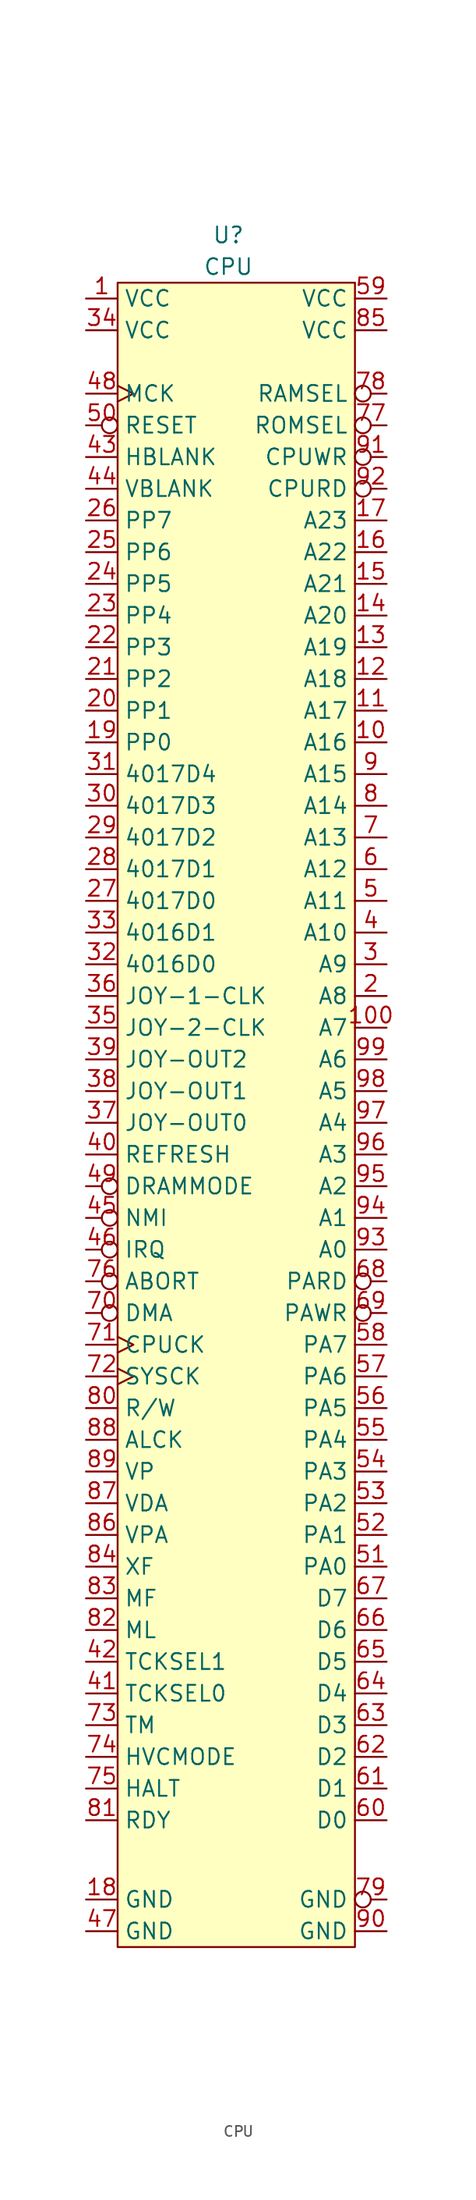
<source format=kicad_sym>
(kicad_symbol_lib
  (version 20211014)
  (generator kicad_symbol_editor)
  (symbol "CPU"
    (property "Reference" "U"
      (at 0 5.08 0)
      (effects (font (size 1.27 1.27))))
    (property "Value" "CPU"
      (at 0 2.54 0)
      (effects (font (size 1.27 1.27))))
    (symbol "CPU_0_0"
      (pin power_in line (at -11.43 0 0) (length 2.54) (name "VCC" (effects (font (size 1.27 1.27)))) (number "1" (effects (font (size 1.27 1.27)))))
      (pin output line (at 12.7 -35.56 180) (length 2.54) (name "A16" (effects (font (size 1.27 1.27)))) (number "10" (effects (font (size 1.27 1.27)))))
      (pin output line (at 12.7 -58.42 180) (length 2.54) (name "A7" (effects (font (size 1.27 1.27)))) (number "100" (effects (font (size 1.27 1.27)))))
      (pin output line (at 12.7 -33.02 180) (length 2.54) (name "A17" (effects (font (size 1.27 1.27)))) (number "11" (effects (font (size 1.27 1.27)))))
      (pin output line (at 12.7 -30.48 180) (length 2.54) (name "A18" (effects (font (size 1.27 1.27)))) (number "12" (effects (font (size 1.27 1.27)))))
      (pin output line (at 12.7 -27.94 180) (length 2.54) (name "A19" (effects (font (size 1.27 1.27)))) (number "13" (effects (font (size 1.27 1.27)))))
      (pin output line (at 12.7 -25.4 180) (length 2.54) (name "A20" (effects (font (size 1.27 1.27)))) (number "14" (effects (font (size 1.27 1.27)))))
      (pin output line (at 12.7 -22.86 180) (length 2.54) (name "A21" (effects (font (size 1.27 1.27)))) (number "15" (effects (font (size 1.27 1.27)))))
      (pin output line (at 12.7 -20.32 180) (length 2.54) (name "A22" (effects (font (size 1.27 1.27)))) (number "16" (effects (font (size 1.27 1.27)))))
      (pin output line (at 12.7 -17.78 180) (length 2.54) (name "A23" (effects (font (size 1.27 1.27)))) (number "17" (effects (font (size 1.27 1.27)))))
      (pin unspecified line (at -11.43 -128.27 0) (length 2.54) (name "GND" (effects (font (size 1.27 1.27)))) (number "18" (effects (font (size 1.27 1.27)))))
      (pin unspecified line (at -11.43 -35.56 0) (length 2.54) (name "PP0" (effects (font (size 1.27 1.27)))) (number "19" (effects (font (size 1.27 1.27)))))
      (pin output line (at 12.7 -55.88 180) (length 2.54) (name "A8" (effects (font (size 1.27 1.27)))) (number "2" (effects (font (size 1.27 1.27)))))
      (pin unspecified line (at -11.43 -33.02 0) (length 2.54) (name "PP1" (effects (font (size 1.27 1.27)))) (number "20" (effects (font (size 1.27 1.27)))))
      (pin unspecified line (at -11.43 -30.48 0) (length 2.54) (name "PP2" (effects (font (size 1.27 1.27)))) (number "21" (effects (font (size 1.27 1.27)))))
      (pin unspecified line (at -11.43 -27.94 0) (length 2.54) (name "PP3" (effects (font (size 1.27 1.27)))) (number "22" (effects (font (size 1.27 1.27)))))
      (pin unspecified line (at -11.43 -25.4 0) (length 2.54) (name "PP4" (effects (font (size 1.27 1.27)))) (number "23" (effects (font (size 1.27 1.27)))))
      (pin unspecified line (at -11.43 -22.86 0) (length 2.54) (name "PP5" (effects (font (size 1.27 1.27)))) (number "24" (effects (font (size 1.27 1.27)))))
      (pin unspecified line (at -11.43 -20.32 0) (length 2.54) (name "PP6" (effects (font (size 1.27 1.27)))) (number "25" (effects (font (size 1.27 1.27)))))
      (pin unspecified line (at -11.43 -17.78 0) (length 2.54) (name "PP7" (effects (font (size 1.27 1.27)))) (number "26" (effects (font (size 1.27 1.27)))))
      (pin unspecified line (at -11.43 -48.26 0) (length 2.54) (name "4017D0" (effects (font (size 1.27 1.27)))) (number "27" (effects (font (size 1.27 1.27)))))
      (pin unspecified line (at -11.43 -45.72 0) (length 2.54) (name "4017D1" (effects (font (size 1.27 1.27)))) (number "28" (effects (font (size 1.27 1.27)))))
      (pin unspecified line (at -11.43 -43.18 0) (length 2.54) (name "4017D2" (effects (font (size 1.27 1.27)))) (number "29" (effects (font (size 1.27 1.27)))))
      (pin output line (at 12.7 -53.34 180) (length 2.54) (name "A9" (effects (font (size 1.27 1.27)))) (number "3" (effects (font (size 1.27 1.27)))))
      (pin unspecified line (at -11.43 -40.64 0) (length 2.54) (name "4017D3" (effects (font (size 1.27 1.27)))) (number "30" (effects (font (size 1.27 1.27)))))
      (pin unspecified line (at -11.43 -38.1 0) (length 2.54) (name "4017D4" (effects (font (size 1.27 1.27)))) (number "31" (effects (font (size 1.27 1.27)))))
      (pin unspecified line (at -11.43 -53.34 0) (length 2.54) (name "4016D0" (effects (font (size 1.27 1.27)))) (number "32" (effects (font (size 1.27 1.27)))))
      (pin unspecified line (at -11.43 -50.8 0) (length 2.54) (name "4016D1" (effects (font (size 1.27 1.27)))) (number "33" (effects (font (size 1.27 1.27)))))
      (pin power_in line (at -11.43 -2.54 0) (length 2.54) (name "VCC" (effects (font (size 1.27 1.27)))) (number "34" (effects (font (size 1.27 1.27)))))
      (pin output line (at -11.43 -58.42 0) (length 2.54) (name "JOY-2-CLK" (effects (font (size 1.27 1.27)))) (number "35" (effects (font (size 1.27 1.27)))))
      (pin output line (at -11.43 -55.88 0) (length 2.54) (name "JOY-1-CLK" (effects (font (size 1.27 1.27)))) (number "36" (effects (font (size 1.27 1.27)))))
      (pin unspecified line (at -11.43 -66.04 0) (length 2.54) (name "JOY-OUT0" (effects (font (size 1.27 1.27)))) (number "37" (effects (font (size 1.27 1.27)))))
      (pin unspecified line (at -11.43 -63.5 0) (length 2.54) (name "JOY-OUT1" (effects (font (size 1.27 1.27)))) (number "38" (effects (font (size 1.27 1.27)))))
      (pin unspecified line (at -11.43 -60.96 0) (length 2.54) (name "JOY-OUT2" (effects (font (size 1.27 1.27)))) (number "39" (effects (font (size 1.27 1.27)))))
      (pin output line (at 12.7 -50.8 180) (length 2.54) (name "A10" (effects (font (size 1.27 1.27)))) (number "4" (effects (font (size 1.27 1.27)))))
      (pin output line (at -11.43 -68.58 0) (length 2.54) (name "REFRESH" (effects (font (size 1.27 1.27)))) (number "40" (effects (font (size 1.27 1.27)))))
      (pin unspecified line (at -11.43 -111.76 0) (length 2.54) (name "TCKSEL0" (effects (font (size 1.27 1.27)))) (number "41" (effects (font (size 1.27 1.27)))))
      (pin unspecified line (at -11.43 -109.22 0) (length 2.54) (name "TCKSEL1" (effects (font (size 1.27 1.27)))) (number "42" (effects (font (size 1.27 1.27)))))
      (pin input line (at -11.43 -12.7 0) (length 2.54) (name "HBLANK" (effects (font (size 1.27 1.27)))) (number "43" (effects (font (size 1.27 1.27)))))
      (pin input line (at -11.43 -15.24 0) (length 2.54) (name "VBLANK" (effects (font (size 1.27 1.27)))) (number "44" (effects (font (size 1.27 1.27)))))
      (pin input inverted (at -11.43 -73.66 0) (length 2.54) (name "NMI" (effects (font (size 1.27 1.27)))) (number "45" (effects (font (size 1.27 1.27)))))
      (pin input inverted (at -11.43 -76.2 0) (length 2.54) (name "IRQ" (effects (font (size 1.27 1.27)))) (number "46" (effects (font (size 1.27 1.27)))))
      (pin unspecified line (at -11.43 -130.81 0) (length 2.54) (name "GND" (effects (font (size 1.27 1.27)))) (number "47" (effects (font (size 1.27 1.27)))))
      (pin input clock (at -11.43 -7.62 0) (length 2.54) (name "MCK" (effects (font (size 1.27 1.27)))) (number "48" (effects (font (size 1.27 1.27)))))
      (pin input inverted (at -11.43 -71.12 0) (length 2.54) (name "DRAMMODE" (effects (font (size 1.27 1.27)))) (number "49" (effects (font (size 1.27 1.27)))))
      (pin output line (at 12.7 -48.26 180) (length 2.54) (name "A11" (effects (font (size 1.27 1.27)))) (number "5" (effects (font (size 1.27 1.27)))))
      (pin input inverted (at -11.43 -10.16 0) (length 2.54) (name "RESET" (effects (font (size 1.27 1.27)))) (number "50" (effects (font (size 1.27 1.27)))))
      (pin output line (at 12.7 -101.6 180) (length 2.54) (name "PA0" (effects (font (size 1.27 1.27)))) (number "51" (effects (font (size 1.27 1.27)))))
      (pin output line (at 12.7 -99.06 180) (length 2.54) (name "PA1" (effects (font (size 1.27 1.27)))) (number "52" (effects (font (size 1.27 1.27)))))
      (pin output line (at 12.7 -96.52 180) (length 2.54) (name "PA2" (effects (font (size 1.27 1.27)))) (number "53" (effects (font (size 1.27 1.27)))))
      (pin output line (at 12.7 -93.98 180) (length 2.54) (name "PA3" (effects (font (size 1.27 1.27)))) (number "54" (effects (font (size 1.27 1.27)))))
      (pin output line (at 12.7 -91.44 180) (length 2.54) (name "PA4" (effects (font (size 1.27 1.27)))) (number "55" (effects (font (size 1.27 1.27)))))
      (pin output line (at 12.7 -88.9 180) (length 2.54) (name "PA5" (effects (font (size 1.27 1.27)))) (number "56" (effects (font (size 1.27 1.27)))))
      (pin output line (at 12.7 -86.36 180) (length 2.54) (name "PA6" (effects (font (size 1.27 1.27)))) (number "57" (effects (font (size 1.27 1.27)))))
      (pin output line (at 12.7 -83.82 180) (length 2.54) (name "PA7" (effects (font (size 1.27 1.27)))) (number "58" (effects (font (size 1.27 1.27)))))
      (pin unspecified line (at 12.7 0 180) (length 2.54) (name "VCC" (effects (font (size 1.27 1.27)))) (number "59" (effects (font (size 1.27 1.27)))))
      (pin output line (at 12.7 -45.72 180) (length 2.54) (name "A12" (effects (font (size 1.27 1.27)))) (number "6" (effects (font (size 1.27 1.27)))))
      (pin bidirectional line (at 12.7 -121.92 180) (length 2.54) (name "D0" (effects (font (size 1.27 1.27)))) (number "60" (effects (font (size 1.27 1.27)))))
      (pin bidirectional line (at 12.7 -119.38 180) (length 2.54) (name "D1" (effects (font (size 1.27 1.27)))) (number "61" (effects (font (size 1.27 1.27)))))
      (pin bidirectional line (at 12.7 -116.84 180) (length 2.54) (name "D2" (effects (font (size 1.27 1.27)))) (number "62" (effects (font (size 1.27 1.27)))))
      (pin bidirectional line (at 12.7 -114.3 180) (length 2.54) (name "D3" (effects (font (size 1.27 1.27)))) (number "63" (effects (font (size 1.27 1.27)))))
      (pin bidirectional line (at 12.7 -111.76 180) (length 2.54) (name "D4" (effects (font (size 1.27 1.27)))) (number "64" (effects (font (size 1.27 1.27)))))
      (pin bidirectional line (at 12.7 -109.22 180) (length 2.54) (name "D5" (effects (font (size 1.27 1.27)))) (number "65" (effects (font (size 1.27 1.27)))))
      (pin bidirectional line (at 12.7 -106.68 180) (length 2.54) (name "D6" (effects (font (size 1.27 1.27)))) (number "66" (effects (font (size 1.27 1.27)))))
      (pin bidirectional line (at 12.7 -104.14 180) (length 2.54) (name "D7" (effects (font (size 1.27 1.27)))) (number "67" (effects (font (size 1.27 1.27)))))
      (pin unspecified inverted (at 12.7 -78.74 180) (length 2.54) (name "PARD" (effects (font (size 1.27 1.27)))) (number "68" (effects (font (size 1.27 1.27)))))
      (pin output inverted (at 12.7 -81.28 180) (length 2.54) (name "PAWR" (effects (font (size 1.27 1.27)))) (number "69" (effects (font (size 1.27 1.27)))))
      (pin output line (at 12.7 -43.18 180) (length 2.54) (name "A13" (effects (font (size 1.27 1.27)))) (number "7" (effects (font (size 1.27 1.27)))))
      (pin unspecified inverted (at -11.43 -81.28 0) (length 2.54) (name "DMA" (effects (font (size 1.27 1.27)))) (number "70" (effects (font (size 1.27 1.27)))))
      (pin output clock (at -11.43 -83.82 0) (length 2.54) (name "CPUCK" (effects (font (size 1.27 1.27)))) (number "71" (effects (font (size 1.27 1.27)))))
      (pin output clock (at -11.43 -86.36 0) (length 2.54) (name "SYSCK" (effects (font (size 1.27 1.27)))) (number "72" (effects (font (size 1.27 1.27)))))
      (pin unspecified line (at -11.43 -114.3 0) (length 2.54) (name "TM" (effects (font (size 1.27 1.27)))) (number "73" (effects (font (size 1.27 1.27)))))
      (pin unspecified line (at -11.43 -116.84 0) (length 2.54) (name "HVCMODE" (effects (font (size 1.27 1.27)))) (number "74" (effects (font (size 1.27 1.27)))))
      (pin unspecified line (at -11.43 -119.38 0) (length 2.54) (name "HALT" (effects (font (size 1.27 1.27)))) (number "75" (effects (font (size 1.27 1.27)))))
      (pin input inverted (at -11.43 -78.74 0) (length 2.54) (name "ABORT" (effects (font (size 1.27 1.27)))) (number "76" (effects (font (size 1.27 1.27)))))
      (pin unspecified inverted (at 12.7 -10.16 180) (length 2.54) (name "ROMSEL" (effects (font (size 1.27 1.27)))) (number "77" (effects (font (size 1.27 1.27)))))
      (pin unspecified inverted (at 12.7 -7.62 180) (length 2.54) (name "RAMSEL" (effects (font (size 1.27 1.27)))) (number "78" (effects (font (size 1.27 1.27)))))
      (pin power_in inverted (at 12.7 -128.27 180) (length 2.54) (name "GND" (effects (font (size 1.27 1.27)))) (number "79" (effects (font (size 1.27 1.27)))))
      (pin output line (at 12.7 -40.64 180) (length 2.54) (name "A14" (effects (font (size 1.27 1.27)))) (number "8" (effects (font (size 1.27 1.27)))))
      (pin unspecified line (at -11.43 -88.9 0) (length 2.54) (name "R/W" (effects (font (size 1.27 1.27)))) (number "80" (effects (font (size 1.27 1.27)))))
      (pin unspecified line (at -11.43 -121.92 0) (length 2.54) (name "RDY" (effects (font (size 1.27 1.27)))) (number "81" (effects (font (size 1.27 1.27)))))
      (pin unspecified line (at -11.43 -106.68 0) (length 2.54) (name "ML" (effects (font (size 1.27 1.27)))) (number "82" (effects (font (size 1.27 1.27)))))
      (pin unspecified line (at -11.43 -104.14 0) (length 2.54) (name "MF" (effects (font (size 1.27 1.27)))) (number "83" (effects (font (size 1.27 1.27)))))
      (pin unspecified line (at -11.43 -101.6 0) (length 2.54) (name "XF" (effects (font (size 1.27 1.27)))) (number "84" (effects (font (size 1.27 1.27)))))
      (pin unspecified line (at 12.7 -2.54 180) (length 2.54) (name "VCC" (effects (font (size 1.27 1.27)))) (number "85" (effects (font (size 1.27 1.27)))))
      (pin unspecified line (at -11.43 -99.06 0) (length 2.54) (name "VPA" (effects (font (size 1.27 1.27)))) (number "86" (effects (font (size 1.27 1.27)))))
      (pin unspecified line (at -11.43 -96.52 0) (length 2.54) (name "VDA" (effects (font (size 1.27 1.27)))) (number "87" (effects (font (size 1.27 1.27)))))
      (pin unspecified line (at -11.43 -91.44 0) (length 2.54) (name "ALCK" (effects (font (size 1.27 1.27)))) (number "88" (effects (font (size 1.27 1.27)))))
      (pin unspecified line (at -11.43 -93.98 0) (length 2.54) (name "VP" (effects (font (size 1.27 1.27)))) (number "89" (effects (font (size 1.27 1.27)))))
      (pin output line (at 12.7 -38.1 180) (length 2.54) (name "A15" (effects (font (size 1.27 1.27)))) (number "9" (effects (font (size 1.27 1.27)))))
      (pin power_in line (at 12.7 -130.81 180) (length 2.54) (name "GND" (effects (font (size 1.27 1.27)))) (number "90" (effects (font (size 1.27 1.27)))))
      (pin unspecified inverted (at 12.7 -12.7 180) (length 2.54) (name "CPUWR" (effects (font (size 1.27 1.27)))) (number "91" (effects (font (size 1.27 1.27)))))
      (pin unspecified inverted (at 12.7 -15.24 180) (length 2.54) (name "CPURD" (effects (font (size 1.27 1.27)))) (number "92" (effects (font (size 1.27 1.27)))))
      (pin output line (at 12.7 -76.2 180) (length 2.54) (name "A0" (effects (font (size 1.27 1.27)))) (number "93" (effects (font (size 1.27 1.27)))))
      (pin output line (at 12.7 -73.66 180) (length 2.54) (name "A1" (effects (font (size 1.27 1.27)))) (number "94" (effects (font (size 1.27 1.27)))))
      (pin output line (at 12.7 -71.12 180) (length 2.54) (name "A2" (effects (font (size 1.27 1.27)))) (number "95" (effects (font (size 1.27 1.27)))))
      (pin output line (at 12.7 -68.58 180) (length 2.54) (name "A3" (effects (font (size 1.27 1.27)))) (number "96" (effects (font (size 1.27 1.27)))))
      (pin output line (at 12.7 -66.04 180) (length 2.54) (name "A4" (effects (font (size 1.27 1.27)))) (number "97" (effects (font (size 1.27 1.27)))))
      (pin output line (at 12.7 -63.5 180) (length 2.54) (name "A5" (effects (font (size 1.27 1.27)))) (number "98" (effects (font (size 1.27 1.27)))))
      (pin output line (at 12.7 -60.96 180) (length 2.54) (name "A6" (effects (font (size 1.27 1.27)))) (number "99" (effects (font (size 1.27 1.27))))))
    (symbol "CPU_0_1"
      (rectangle (start -8.89 1.27) (end 10.16 -132.08) (stroke (width 0) (type default) (color 0 0 0 0)) (fill (type background))))))
</source>
